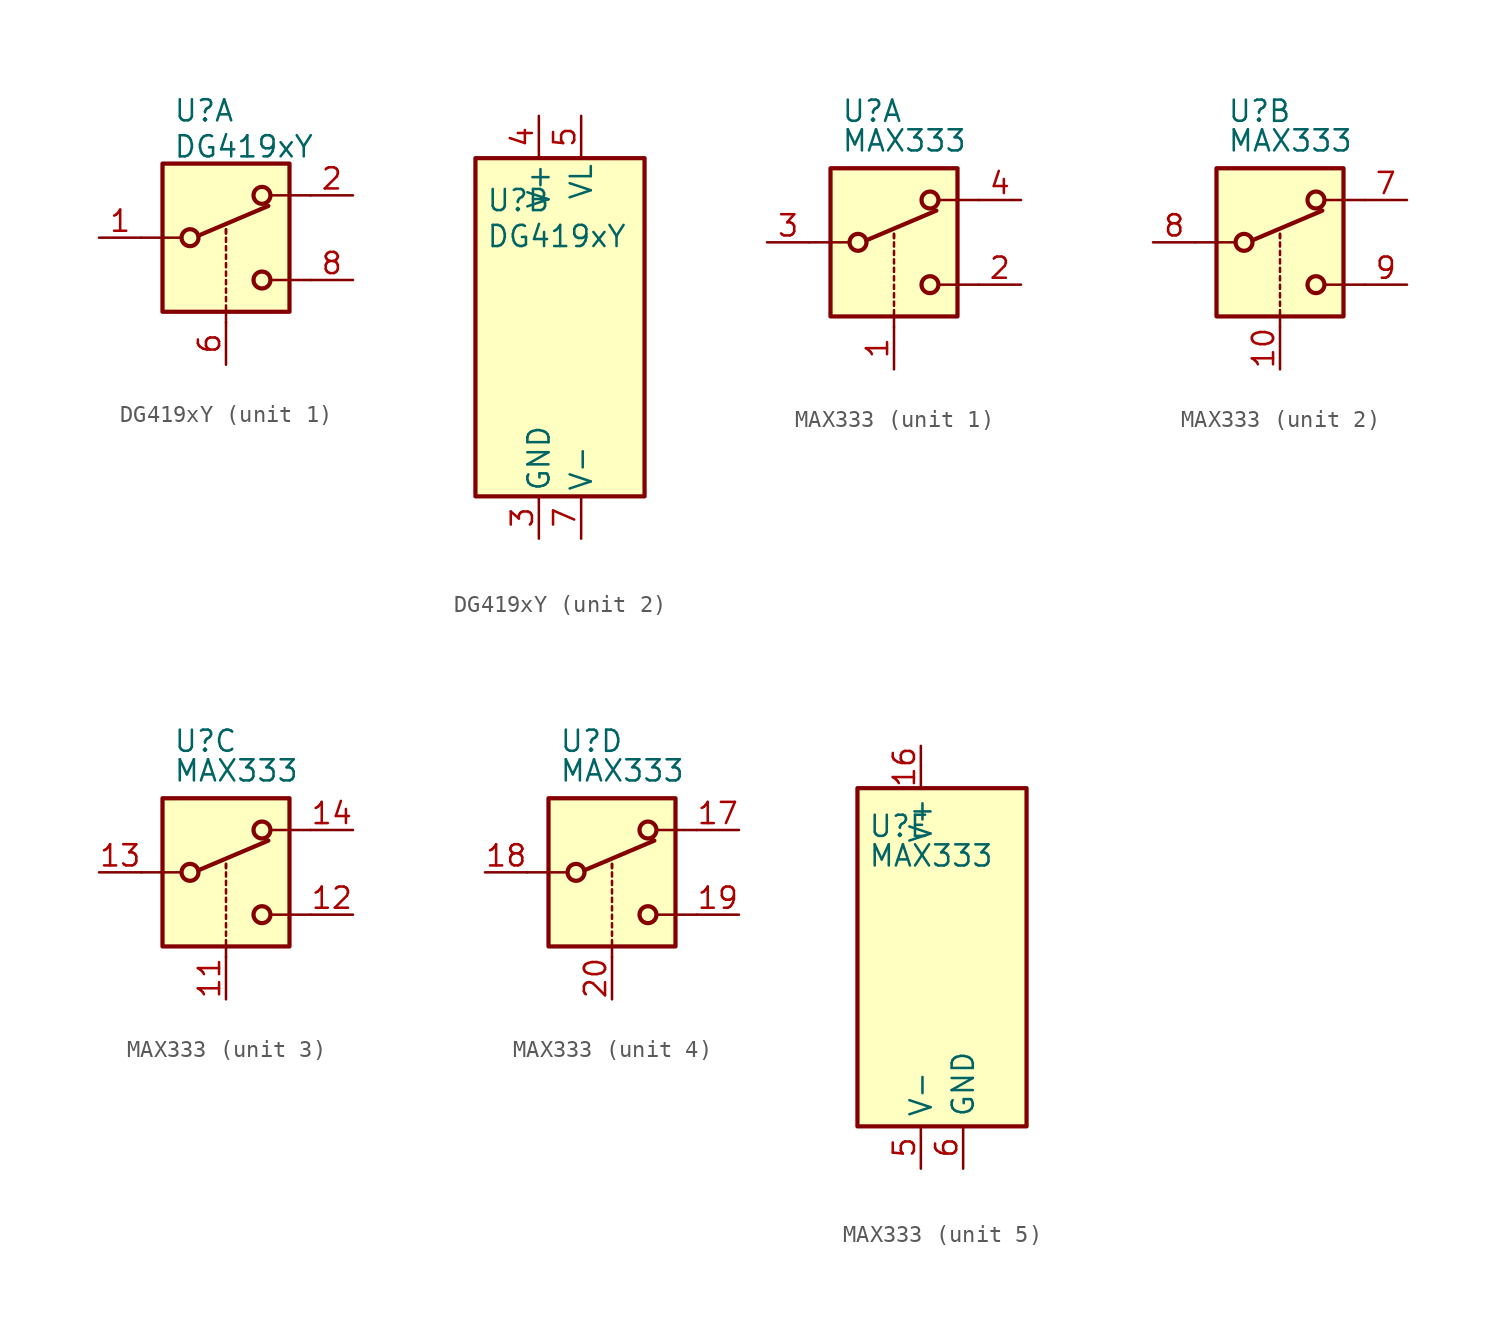
<source format=kicad_sym>
(kicad_symbol_lib
  (version 20231120)
  (generator "kicad_symbol_editor")
  (generator_version "8.0")
  (symbol "DG419xY"
    (pin_names
      (offset 0.254))
    (property "Reference" "U"
      (at -3.175 7.62 0)
      (effects (font (size 1.27 1.27)) (justify left)))
    (property "Value" "DG419xY"
      (at -3.175 5.461 0)
      (effects (font (size 1.27 1.27)) (justify left)))
    (symbol "DG419xY_1_1"
      (rectangle (start -3.81 4.445) (end 3.81 -4.445) (stroke (width 0.254) (type default)) (fill (type background)))
      (circle (center -2.159 0) (radius 0.508) (stroke (width 0.254) (type default)) (fill (type none)))
      (polyline (pts (xy -5.08 0) (xy -2.794 0)) (stroke (width 0) (type default)) (fill (type none)))
      (polyline (pts (xy -1.651 0.127) (xy 2.54 1.905)) (stroke (width 0.254) (type default)) (fill (type none)))
      (polyline (pts (xy 0 -5.08) (xy 0 -4.572)) (stroke (width 0) (type default)) (fill (type none)))
      (polyline (pts (xy 0 -4.318) (xy 0 -4.064)) (stroke (width 0) (type default)) (fill (type none)))
      (polyline (pts (xy 0 -3.81) (xy 0 -3.556)) (stroke (width 0) (type default)) (fill (type none)))
      (polyline (pts (xy 0 -3.302) (xy 0 -3.048)) (stroke (width 0) (type default)) (fill (type none)))
      (polyline (pts (xy 0 -2.794) (xy 0 -2.54)) (stroke (width 0) (type default)) (fill (type none)))
      (polyline (pts (xy 0 -2.286) (xy 0 -2.032)) (stroke (width 0) (type default)) (fill (type none)))
      (polyline (pts (xy 0 -1.778) (xy 0 -1.524)) (stroke (width 0) (type default)) (fill (type none)))
      (polyline (pts (xy 0 -1.27) (xy 0 -1.016)) (stroke (width 0) (type default)) (fill (type none)))
      (polyline (pts (xy 0 -0.762) (xy 0 -0.508)) (stroke (width 0) (type default)) (fill (type none)))
      (polyline (pts (xy 0 -0.254) (xy 0 0)) (stroke (width 0) (type default)) (fill (type none)))
      (polyline (pts (xy 0 0.254) (xy 0 0.508)) (stroke (width 0) (type default)) (fill (type none)))
      (polyline (pts (xy 0 0.254) (xy 0 0.508)) (stroke (width 0) (type default)) (fill (type none)))
      (polyline (pts (xy 5.08 -2.54) (xy 2.794 -2.54)) (stroke (width 0) (type default)) (fill (type none)))
      (polyline (pts (xy 5.08 2.54) (xy 2.794 2.54)) (stroke (width 0) (type default)) (fill (type none)))
      (circle (center 2.159 -2.54) (radius 0.508) (stroke (width 0.254) (type default)) (fill (type none)))
      (circle (center 2.159 2.54) (radius 0.508) (stroke (width 0.254) (type default)) (fill (type none)))
      (pin passive line (at -7.62 0 0) (length 2.54) (name "~" (effects (font (size 1.27 1.27)))) (number "1" (effects (font (size 1.27 1.27)))))
      (pin passive line (at 7.62 2.54 180) (length 2.54) (name "~" (effects (font (size 1.27 1.27)))) (number "2" (effects (font (size 1.27 1.27)))))
      (pin input line (at 0 -7.62 90) (length 2.54) (name "~" (effects (font (size 1.27 1.27)))) (number "6" (effects (font (size 1.27 1.27)))))
      (pin passive line (at 7.62 -2.54 180) (length 2.54) (name "~" (effects (font (size 1.27 1.27)))) (number "8" (effects (font (size 1.27 1.27))))))
    (symbol "DG419xY_2_0"
      (pin power_in line (at 0 -12.7 90) (length 2.54) (name "GND" (effects (font (size 1.27 1.27)))) (number "3" (effects (font (size 1.27 1.27)))))
      (pin power_in line (at 0 12.7 270) (length 2.54) (name "V+" (effects (font (size 1.27 1.27)))) (number "4" (effects (font (size 1.27 1.27)))))
      (pin power_in line (at 2.54 12.7 270) (length 2.54) (name "VL" (effects (font (size 1.27 1.27)))) (number "5" (effects (font (size 1.27 1.27)))))
      (pin power_in line (at 2.54 -12.7 90) (length 2.54) (name "V-" (effects (font (size 1.27 1.27)))) (number "7" (effects (font (size 1.27 1.27))))))
    (symbol "DG419xY_2_1"
      (rectangle (start -3.81 10.16) (end 6.35 -10.16) (stroke (width 0.254) (type default)) (fill (type background)))))
  (symbol "MAX333"
    (property "Reference" "U"
      (at -3.175 7.874 0)
      (effects (font (size 1.27 1.27)) (justify left)))
    (property "Value" "MAX333"
      (at -3.175 6.096 0)
      (effects (font (size 1.27 1.27)) (justify left)))
    (symbol "MAX333_1_1"
      (rectangle (start -3.81 4.445) (end 3.81 -4.445) (stroke (width 0.254) (type default)) (fill (type background)))
      (circle (center -2.159 0) (radius 0.508) (stroke (width 0.254) (type default)) (fill (type none)))
      (polyline (pts (xy -5.08 0) (xy -2.794 0)) (stroke (width 0) (type default)) (fill (type none)))
      (polyline (pts (xy -1.651 0.127) (xy 2.54 1.905)) (stroke (width 0.254) (type default)) (fill (type none)))
      (polyline (pts (xy 0 -5.08) (xy 0 -4.572)) (stroke (width 0) (type default)) (fill (type none)))
      (polyline (pts (xy 0 -4.318) (xy 0 -4.064)) (stroke (width 0) (type default)) (fill (type none)))
      (polyline (pts (xy 0 -3.81) (xy 0 -3.556)) (stroke (width 0) (type default)) (fill (type none)))
      (polyline (pts (xy 0 -3.302) (xy 0 -3.048)) (stroke (width 0) (type default)) (fill (type none)))
      (polyline (pts (xy 0 -2.794) (xy 0 -2.54)) (stroke (width 0) (type default)) (fill (type none)))
      (polyline (pts (xy 0 -2.286) (xy 0 -2.032)) (stroke (width 0) (type default)) (fill (type none)))
      (polyline (pts (xy 0 -1.778) (xy 0 -1.524)) (stroke (width 0) (type default)) (fill (type none)))
      (polyline (pts (xy 0 -1.27) (xy 0 -1.016)) (stroke (width 0) (type default)) (fill (type none)))
      (polyline (pts (xy 0 -0.762) (xy 0 -0.508)) (stroke (width 0) (type default)) (fill (type none)))
      (polyline (pts (xy 0 -0.254) (xy 0 0)) (stroke (width 0) (type default)) (fill (type none)))
      (polyline (pts (xy 0 0.254) (xy 0 0.508)) (stroke (width 0) (type default)) (fill (type none)))
      (polyline (pts (xy 0 0.254) (xy 0 0.508)) (stroke (width 0) (type default)) (fill (type none)))
      (polyline (pts (xy 5.08 -2.54) (xy 2.794 -2.54)) (stroke (width 0) (type default)) (fill (type none)))
      (polyline (pts (xy 5.08 2.54) (xy 2.794 2.54)) (stroke (width 0) (type default)) (fill (type none)))
      (circle (center 2.159 -2.54) (radius 0.508) (stroke (width 0.254) (type default)) (fill (type none)))
      (circle (center 2.159 2.54) (radius 0.508) (stroke (width 0.254) (type default)) (fill (type none)))
      (pin input line (at 0 -7.62 90) (length 2.54) (name "~" (effects (font (size 1.27 1.27)))) (number "1" (effects (font (size 1.27 1.27)))))
      (pin passive line (at 7.62 -2.54 180) (length 2.54) (name "~" (effects (font (size 1.27 1.27)))) (number "2" (effects (font (size 1.27 1.27)))))
      (pin passive line (at -7.62 0 0) (length 2.54) (name "~" (effects (font (size 1.27 1.27)))) (number "3" (effects (font (size 1.27 1.27)))))
      (pin passive line (at 7.62 2.54 180) (length 2.54) (name "~" (effects (font (size 1.27 1.27)))) (number "4" (effects (font (size 1.27 1.27))))))
    (symbol "MAX333_2_1"
      (rectangle (start -3.81 4.445) (end 3.81 -4.445) (stroke (width 0.254) (type default)) (fill (type background)))
      (circle (center -2.159 0) (radius 0.508) (stroke (width 0.254) (type default)) (fill (type none)))
      (polyline (pts (xy -5.08 0) (xy -2.794 0)) (stroke (width 0) (type default)) (fill (type none)))
      (polyline (pts (xy -1.651 0.127) (xy 2.54 1.905)) (stroke (width 0.254) (type default)) (fill (type none)))
      (polyline (pts (xy 0 -5.08) (xy 0 -4.572)) (stroke (width 0) (type default)) (fill (type none)))
      (polyline (pts (xy 0 -4.318) (xy 0 -4.064)) (stroke (width 0) (type default)) (fill (type none)))
      (polyline (pts (xy 0 -3.81) (xy 0 -3.556)) (stroke (width 0) (type default)) (fill (type none)))
      (polyline (pts (xy 0 -3.302) (xy 0 -3.048)) (stroke (width 0) (type default)) (fill (type none)))
      (polyline (pts (xy 0 -2.794) (xy 0 -2.54)) (stroke (width 0) (type default)) (fill (type none)))
      (polyline (pts (xy 0 -2.286) (xy 0 -2.032)) (stroke (width 0) (type default)) (fill (type none)))
      (polyline (pts (xy 0 -1.778) (xy 0 -1.524)) (stroke (width 0) (type default)) (fill (type none)))
      (polyline (pts (xy 0 -1.27) (xy 0 -1.016)) (stroke (width 0) (type default)) (fill (type none)))
      (polyline (pts (xy 0 -0.762) (xy 0 -0.508)) (stroke (width 0) (type default)) (fill (type none)))
      (polyline (pts (xy 0 -0.254) (xy 0 0)) (stroke (width 0) (type default)) (fill (type none)))
      (polyline (pts (xy 0 0.254) (xy 0 0.508)) (stroke (width 0) (type default)) (fill (type none)))
      (polyline (pts (xy 0 0.254) (xy 0 0.508)) (stroke (width 0) (type default)) (fill (type none)))
      (polyline (pts (xy 5.08 -2.54) (xy 2.794 -2.54)) (stroke (width 0) (type default)) (fill (type none)))
      (polyline (pts (xy 5.08 2.54) (xy 2.794 2.54)) (stroke (width 0) (type default)) (fill (type none)))
      (circle (center 2.159 -2.54) (radius 0.508) (stroke (width 0.254) (type default)) (fill (type none)))
      (circle (center 2.159 2.54) (radius 0.508) (stroke (width 0.254) (type default)) (fill (type none)))
      (pin input line (at 0 -7.62 90) (length 2.54) (name "~" (effects (font (size 1.27 1.27)))) (number "10" (effects (font (size 1.27 1.27)))))
      (pin passive line (at 7.62 2.54 180) (length 2.54) (name "~" (effects (font (size 1.27 1.27)))) (number "7" (effects (font (size 1.27 1.27)))))
      (pin passive line (at -7.62 0 0) (length 2.54) (name "~" (effects (font (size 1.27 1.27)))) (number "8" (effects (font (size 1.27 1.27)))))
      (pin passive line (at 7.62 -2.54 180) (length 2.54) (name "~" (effects (font (size 1.27 1.27)))) (number "9" (effects (font (size 1.27 1.27))))))
    (symbol "MAX333_3_1"
      (rectangle (start -3.81 4.445) (end 3.81 -4.445) (stroke (width 0.254) (type default)) (fill (type background)))
      (circle (center -2.159 0) (radius 0.508) (stroke (width 0.254) (type default)) (fill (type none)))
      (polyline (pts (xy -5.08 0) (xy -2.794 0)) (stroke (width 0) (type default)) (fill (type none)))
      (polyline (pts (xy -1.651 0.127) (xy 2.54 1.905)) (stroke (width 0.254) (type default)) (fill (type none)))
      (polyline (pts (xy 0 -5.08) (xy 0 -4.572)) (stroke (width 0) (type default)) (fill (type none)))
      (polyline (pts (xy 0 -4.318) (xy 0 -4.064)) (stroke (width 0) (type default)) (fill (type none)))
      (polyline (pts (xy 0 -3.81) (xy 0 -3.556)) (stroke (width 0) (type default)) (fill (type none)))
      (polyline (pts (xy 0 -3.302) (xy 0 -3.048)) (stroke (width 0) (type default)) (fill (type none)))
      (polyline (pts (xy 0 -2.794) (xy 0 -2.54)) (stroke (width 0) (type default)) (fill (type none)))
      (polyline (pts (xy 0 -2.286) (xy 0 -2.032)) (stroke (width 0) (type default)) (fill (type none)))
      (polyline (pts (xy 0 -1.778) (xy 0 -1.524)) (stroke (width 0) (type default)) (fill (type none)))
      (polyline (pts (xy 0 -1.27) (xy 0 -1.016)) (stroke (width 0) (type default)) (fill (type none)))
      (polyline (pts (xy 0 -0.762) (xy 0 -0.508)) (stroke (width 0) (type default)) (fill (type none)))
      (polyline (pts (xy 0 -0.254) (xy 0 0)) (stroke (width 0) (type default)) (fill (type none)))
      (polyline (pts (xy 0 0.254) (xy 0 0.508)) (stroke (width 0) (type default)) (fill (type none)))
      (polyline (pts (xy 0 0.254) (xy 0 0.508)) (stroke (width 0) (type default)) (fill (type none)))
      (polyline (pts (xy 5.08 -2.54) (xy 2.794 -2.54)) (stroke (width 0) (type default)) (fill (type none)))
      (polyline (pts (xy 5.08 2.54) (xy 2.794 2.54)) (stroke (width 0) (type default)) (fill (type none)))
      (circle (center 2.159 -2.54) (radius 0.508) (stroke (width 0.254) (type default)) (fill (type none)))
      (circle (center 2.159 2.54) (radius 0.508) (stroke (width 0.254) (type default)) (fill (type none)))
      (pin input line (at 0 -7.62 90) (length 2.54) (name "~" (effects (font (size 1.27 1.27)))) (number "11" (effects (font (size 1.27 1.27)))))
      (pin passive line (at 7.62 -2.54 180) (length 2.54) (name "~" (effects (font (size 1.27 1.27)))) (number "12" (effects (font (size 1.27 1.27)))))
      (pin passive line (at -7.62 0 0) (length 2.54) (name "~" (effects (font (size 1.27 1.27)))) (number "13" (effects (font (size 1.27 1.27)))))
      (pin passive line (at 7.62 2.54 180) (length 2.54) (name "~" (effects (font (size 1.27 1.27)))) (number "14" (effects (font (size 1.27 1.27))))))
    (symbol "MAX333_4_1"
      (rectangle (start -3.81 4.445) (end 3.81 -4.445) (stroke (width 0.254) (type default)) (fill (type background)))
      (circle (center -2.159 0) (radius 0.508) (stroke (width 0.254) (type default)) (fill (type none)))
      (polyline (pts (xy -5.08 0) (xy -2.794 0)) (stroke (width 0) (type default)) (fill (type none)))
      (polyline (pts (xy -1.651 0.127) (xy 2.54 1.905)) (stroke (width 0.254) (type default)) (fill (type none)))
      (polyline (pts (xy 0 -5.08) (xy 0 -4.572)) (stroke (width 0) (type default)) (fill (type none)))
      (polyline (pts (xy 0 -4.318) (xy 0 -4.064)) (stroke (width 0) (type default)) (fill (type none)))
      (polyline (pts (xy 0 -3.81) (xy 0 -3.556)) (stroke (width 0) (type default)) (fill (type none)))
      (polyline (pts (xy 0 -3.302) (xy 0 -3.048)) (stroke (width 0) (type default)) (fill (type none)))
      (polyline (pts (xy 0 -2.794) (xy 0 -2.54)) (stroke (width 0) (type default)) (fill (type none)))
      (polyline (pts (xy 0 -2.286) (xy 0 -2.032)) (stroke (width 0) (type default)) (fill (type none)))
      (polyline (pts (xy 0 -1.778) (xy 0 -1.524)) (stroke (width 0) (type default)) (fill (type none)))
      (polyline (pts (xy 0 -1.27) (xy 0 -1.016)) (stroke (width 0) (type default)) (fill (type none)))
      (polyline (pts (xy 0 -0.762) (xy 0 -0.508)) (stroke (width 0) (type default)) (fill (type none)))
      (polyline (pts (xy 0 -0.254) (xy 0 0)) (stroke (width 0) (type default)) (fill (type none)))
      (polyline (pts (xy 0 0.254) (xy 0 0.508)) (stroke (width 0) (type default)) (fill (type none)))
      (polyline (pts (xy 0 0.254) (xy 0 0.508)) (stroke (width 0) (type default)) (fill (type none)))
      (polyline (pts (xy 5.08 -2.54) (xy 2.794 -2.54)) (stroke (width 0) (type default)) (fill (type none)))
      (polyline (pts (xy 5.08 2.54) (xy 2.794 2.54)) (stroke (width 0) (type default)) (fill (type none)))
      (circle (center 2.159 -2.54) (radius 0.508) (stroke (width 0.254) (type default)) (fill (type none)))
      (circle (center 2.159 2.54) (radius 0.508) (stroke (width 0.254) (type default)) (fill (type none)))
      (pin passive line (at 7.62 2.54 180) (length 2.54) (name "~" (effects (font (size 1.27 1.27)))) (number "17" (effects (font (size 1.27 1.27)))))
      (pin passive line (at -7.62 0 0) (length 2.54) (name "~" (effects (font (size 1.27 1.27)))) (number "18" (effects (font (size 1.27 1.27)))))
      (pin passive line (at 7.62 -2.54 180) (length 2.54) (name "~" (effects (font (size 1.27 1.27)))) (number "19" (effects (font (size 1.27 1.27)))))
      (pin input line (at 0 -7.62 90) (length 2.54) (name "~" (effects (font (size 1.27 1.27)))) (number "20" (effects (font (size 1.27 1.27))))))
    (symbol "MAX333_5_0"
      (pin no_connect line (at 2.54 10.16 270) (length 2.54) hide (name "NC" (effects (font (size 1.27 1.27)))) (number "15" (effects (font (size 1.27 1.27)))))
      (pin power_in line (at 0 12.7 270) (length 2.54) (name "V+" (effects (font (size 1.27 1.27)))) (number "16" (effects (font (size 1.27 1.27)))))
      (pin power_in line (at 0 -12.7 90) (length 2.54) (name "V-" (effects (font (size 1.27 1.27)))) (number "5" (effects (font (size 1.27 1.27)))))
      (pin power_in line (at 2.54 -12.7 90) (length 2.54) (name "GND" (effects (font (size 1.27 1.27)))) (number "6" (effects (font (size 1.27 1.27))))))
    (symbol "MAX333_5_1"
      (rectangle (start -3.81 10.16) (end 6.35 -10.16) (stroke (width 0.254) (type default)) (fill (type background))))))
</source>
